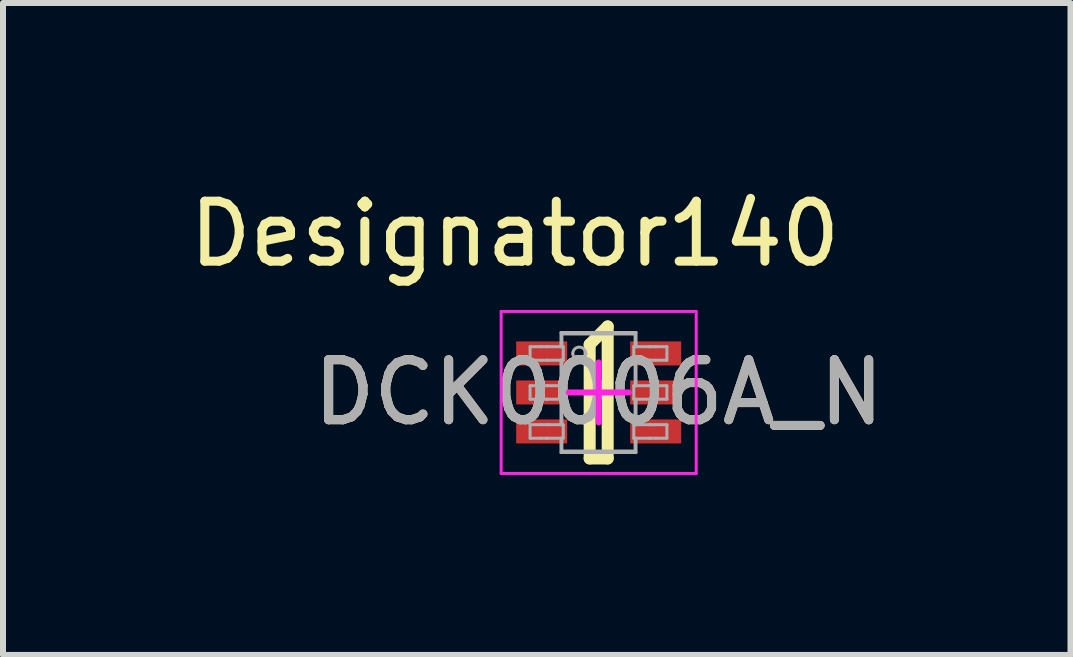
<source format=kicad_pcb>
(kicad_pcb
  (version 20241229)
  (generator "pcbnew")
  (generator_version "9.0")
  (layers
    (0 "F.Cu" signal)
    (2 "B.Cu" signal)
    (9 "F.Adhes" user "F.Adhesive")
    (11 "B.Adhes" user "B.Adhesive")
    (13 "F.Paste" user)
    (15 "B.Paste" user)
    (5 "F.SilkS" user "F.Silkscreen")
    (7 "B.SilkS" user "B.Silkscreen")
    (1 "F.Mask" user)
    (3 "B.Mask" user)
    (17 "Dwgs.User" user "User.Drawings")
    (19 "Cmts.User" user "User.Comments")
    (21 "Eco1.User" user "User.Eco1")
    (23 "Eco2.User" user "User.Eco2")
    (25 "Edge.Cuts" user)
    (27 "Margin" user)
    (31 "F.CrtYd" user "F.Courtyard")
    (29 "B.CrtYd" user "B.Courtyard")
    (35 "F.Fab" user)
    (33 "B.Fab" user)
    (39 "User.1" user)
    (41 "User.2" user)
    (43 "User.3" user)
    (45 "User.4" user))
  (footprint "DCK0006A_N"
    (layer "F.Cu")
    (at 6.927 3.49)
    (property "Reference" "DCK0006A_N" (at 0 0 0) (unlocked yes) (layer "F.SilkS") (effects (font (size 1 1) (thickness 0.15))))
    (attr smd)
    (fp_line (start -0.15 -0.8) (end 0.15 -1.1) (stroke (width 0.2) (type solid)) (layer "F.SilkS"))
    (fp_line (start -0.15 1.1) (end -0.15 -0.8) (stroke (width 0.2) (type solid)) (layer "F.SilkS"))
    (fp_line (start -0.15 1.1) (end 0.15 1.1) (stroke (width 0.2) (type solid)) (layer "F.SilkS"))
    (fp_line (start 0.15 1.1) (end 0.15 -1.1) (stroke (width 0.2) (type solid)) (layer "F.SilkS"))
    (fp_line (start -1.625 -1.35) (end 1.625 -1.35) (stroke (width 0.05) (type solid)) (layer "F.CrtYd"))
    (fp_line (start -1.625 1.35) (end -1.625 -1.35) (stroke (width 0.05) (type solid)) (layer "F.CrtYd"))
    (fp_line (start -1.625 1.35) (end 1.625 1.35) (stroke (width 0.05) (type solid)) (layer "F.CrtYd"))
    (fp_line (start -0.5 0) (end 0.5 0) (stroke (width 0.1) (type solid)) (layer "F.CrtYd"))
    (fp_line (start 0.000003 0.5) (end 0.000003 -0.5) (stroke (width 0.1) (type solid)) (layer "F.CrtYd"))
    (fp_line (start 1.625 1.35) (end 1.625 -1.35) (stroke (width 0.05) (type solid)) (layer "F.CrtYd"))
    (fp_line (start -1.143 -0.762) (end -0.959 -0.762) (stroke (width 0.05) (type solid)) (layer "F.Fab"))
    (fp_line (start -1.143 -0.537) (end -1.143 -0.762) (stroke (width 0.05) (type solid)) (layer "F.Fab"))
    (fp_line (start -1.143 -0.537) (end -0.959 -0.537) (stroke (width 0.05) (type solid)) (layer "F.Fab"))
    (fp_line (start -1.143 -0.112) (end -0.959 -0.112) (stroke (width 0.05) (type solid)) (layer "F.Fab"))
    (fp_line (start -1.143 0.113) (end -1.143 -0.112) (stroke (width 0.05) (type solid)) (layer "F.Fab"))
    (fp_line (start -1.143 0.113) (end -0.959 0.113) (stroke (width 0.05) (type solid)) (layer "F.Fab"))
    (fp_line (start -1.143 0.538) (end -0.959 0.538) (stroke (width 0.05) (type solid)) (layer "F.Fab"))
    (fp_line (start -1.143 0.763) (end -1.143 0.538) (stroke (width 0.05) (type solid)) (layer "F.Fab"))
    (fp_line (start -1.143 0.763) (end -0.959 0.763) (stroke (width 0.05) (type solid)) (layer "F.Fab"))
    (fp_line (start -0.959 -0.762) (end -0.865 -0.762) (stroke (width 0.05) (type solid)) (layer "F.Fab"))
    (fp_line (start -0.959 -0.537) (end -0.865 -0.537) (stroke (width 0.05) (type solid)) (layer "F.Fab"))
    (fp_line (start -0.959 -0.112) (end -0.865 -0.112) (stroke (width 0.05) (type solid)) (layer "F.Fab"))
    (fp_line (start -0.959 0.113) (end -0.865 0.113) (stroke (width 0.05) (type solid)) (layer "F.Fab"))
    (fp_line (start -0.959 0.538) (end -0.865 0.538) (stroke (width 0.05) (type solid)) (layer "F.Fab"))
    (fp_line (start -0.959 0.763) (end -0.865 0.763) (stroke (width 0.05) (type solid)) (layer "F.Fab"))
    (fp_line (start -0.865 -0.762) (end -0.853 -0.762) (stroke (width 0.05) (type solid)) (layer "F.Fab"))
    (fp_line (start -0.865 -0.537) (end -0.853 -0.537) (stroke (width 0.05) (type solid)) (layer "F.Fab"))
    (fp_line (start -0.865 -0.112) (end -0.853 -0.112) (stroke (width 0.05) (type solid)) (layer "F.Fab"))
    (fp_line (start -0.865 0.113) (end -0.853 0.113) (stroke (width 0.05) (type solid)) (layer "F.Fab"))
    (fp_line (start -0.865 0.538) (end -0.853 0.538) (stroke (width 0.05) (type solid)) (layer "F.Fab"))
    (fp_line (start -0.865 0.763) (end -0.853 0.763) (stroke (width 0.05) (type solid)) (layer "F.Fab"))
    (fp_line (start -0.853 -0.762) (end -0.628 -0.762) (stroke (width 0.05) (type solid)) (layer "F.Fab"))
    (fp_line (start -0.853 -0.537) (end -0.628 -0.537) (stroke (width 0.05) (type solid)) (layer "F.Fab"))
    (fp_line (start -0.853 -0.112) (end -0.628 -0.112) (stroke (width 0.05) (type solid)) (layer "F.Fab"))
    (fp_line (start -0.853 0.113) (end -0.628 0.113) (stroke (width 0.05) (type solid)) (layer "F.Fab"))
    (fp_line (start -0.853 0.538) (end -0.628 0.538) (stroke (width 0.05) (type solid)) (layer "F.Fab"))
    (fp_line (start -0.853 0.763) (end -0.628 0.763) (stroke (width 0.05) (type solid)) (layer "F.Fab"))
    (fp_line (start -0.628 -0.999) (end 0.622 -0.999) (stroke (width 0.05) (type solid)) (layer "F.Fab"))
    (fp_line (start -0.628 -0.762) (end -0.628 -0.999) (stroke (width 0.05) (type solid)) (layer "F.Fab"))
    (fp_line (start -0.628 -0.762) (end -0.591 -0.762) (stroke (width 0.05) (type solid)) (layer "F.Fab"))
    (fp_line (start -0.628 -0.537) (end -0.591 -0.537) (stroke (width 0.05) (type solid)) (layer "F.Fab"))
    (fp_line (start -0.628 -0.112) (end -0.628 -0.537) (stroke (width 0.05) (type solid)) (layer "F.Fab"))
    (fp_line (start -0.628 -0.112) (end -0.591 -0.112) (stroke (width 0.05) (type solid)) (layer "F.Fab"))
    (fp_line (start -0.628 0.113) (end -0.591 0.113) (stroke (width 0.05) (type solid)) (layer "F.Fab"))
    (fp_line (start -0.628 0.538) (end -0.628 0.113) (stroke (width 0.05) (type solid)) (layer "F.Fab"))
    (fp_line (start -0.628 0.538) (end -0.591 0.538) (stroke (width 0.05) (type solid)) (layer "F.Fab"))
    (fp_line (start -0.628 0.763) (end -0.591 0.763) (stroke (width 0.05) (type solid)) (layer "F.Fab"))
    (fp_line (start -0.628 1.001) (end -0.628 0.763) (stroke (width 0.05) (type solid)) (layer "F.Fab"))
    (fp_line (start -0.628 1.001) (end 0.622 1.001) (stroke (width 0.05) (type solid)) (layer "F.Fab"))
    (fp_line (start -0.613 -0.974) (end 0.607 -0.974) (stroke (width 0.05) (type solid)) (layer "F.Fab"))
    (fp_line (start -0.613 -0.762) (end -0.613 -0.974) (stroke (width 0.05) (type solid)) (layer "F.Fab"))
    (fp_line (start -0.613 -0.112) (end -0.613 -0.537) (stroke (width 0.05) (type solid)) (layer "F.Fab"))
    (fp_line (start -0.613 0.538) (end -0.613 0.113) (stroke (width 0.05) (type solid)) (layer "F.Fab"))
    (fp_line (start -0.613 0.976) (end -0.613 0.763) (stroke (width 0.05) (type solid)) (layer "F.Fab"))
    (fp_line (start -0.613 0.976) (end 0.607 0.976) (stroke (width 0.05) (type solid)) (layer "F.Fab"))
    (fp_line (start -0.591 -0.537) (end -0.591 -0.762) (stroke (width 0.05) (type solid)) (layer "F.Fab"))
    (fp_line (start -0.591 0.113) (end -0.591 -0.112) (stroke (width 0.05) (type solid)) (layer "F.Fab"))
    (fp_line (start -0.591 0.763) (end -0.591 0.538) (stroke (width 0.05) (type solid)) (layer "F.Fab"))
    (fp_line (start 0.585 -0.762) (end 0.622 -0.762) (stroke (width 0.05) (type solid)) (layer "F.Fab"))
    (fp_line (start 0.585 -0.537) (end 0.585 -0.762) (stroke (width 0.05) (type solid)) (layer "F.Fab"))
    (fp_line (start 0.585 -0.537) (end 0.622 -0.537) (stroke (width 0.05) (type solid)) (layer "F.Fab"))
    (fp_line (start 0.585 -0.112) (end 0.622 -0.112) (stroke (width 0.05) (type solid)) (layer "F.Fab"))
    (fp_line (start 0.585 0.113) (end 0.585 -0.112) (stroke (width 0.05) (type solid)) (layer "F.Fab"))
    (fp_line (start 0.585 0.113) (end 0.622 0.113) (stroke (width 0.05) (type solid)) (layer "F.Fab"))
    (fp_line (start 0.585 0.538) (end 0.622 0.538) (stroke (width 0.05) (type solid)) (layer "F.Fab"))
    (fp_line (start 0.585 0.763) (end 0.585 0.538) (stroke (width 0.05) (type solid)) (layer "F.Fab"))
    (fp_line (start 0.585 0.763) (end 0.622 0.763) (stroke (width 0.05) (type solid)) (layer "F.Fab"))
    (fp_line (start 0.607 -0.762) (end 0.607 -0.974) (stroke (width 0.05) (type solid)) (layer "F.Fab"))
    (fp_line (start 0.607 -0.112) (end 0.607 -0.537) (stroke (width 0.05) (type solid)) (layer "F.Fab"))
    (fp_line (start 0.607 0.538) (end 0.607 0.113) (stroke (width 0.05) (type solid)) (layer "F.Fab"))
    (fp_line (start 0.607 0.976) (end 0.607 0.763) (stroke (width 0.05) (type solid)) (layer "F.Fab"))
    (fp_line (start 0.622 -0.762) (end 0.622 -0.999) (stroke (width 0.05) (type solid)) (layer "F.Fab"))
    (fp_line (start 0.622 -0.762) (end 0.847 -0.762) (stroke (width 0.05) (type solid)) (layer "F.Fab"))
    (fp_line (start 0.622 -0.537) (end 0.847 -0.537) (stroke (width 0.05) (type solid)) (layer "F.Fab"))
    (fp_line (start 0.622 -0.112) (end 0.622 -0.537) (stroke (width 0.05) (type solid)) (layer "F.Fab"))
    (fp_line (start 0.622 -0.112) (end 0.847 -0.112) (stroke (width 0.05) (type solid)) (layer "F.Fab"))
    (fp_line (start 0.622 0.113) (end 0.847 0.113) (stroke (width 0.05) (type solid)) (layer "F.Fab"))
    (fp_line (start 0.622 0.538) (end 0.622 0.113) (stroke (width 0.05) (type solid)) (layer "F.Fab"))
    (fp_line (start 0.622 0.538) (end 0.847 0.538) (stroke (width 0.05) (type solid)) (layer "F.Fab"))
    (fp_line (start 0.622 0.763) (end 0.847 0.763) (stroke (width 0.05) (type solid)) (layer "F.Fab"))
    (fp_line (start 0.622 1.001) (end 0.622 0.763) (stroke (width 0.05) (type solid)) (layer "F.Fab"))
    (fp_line (start 0.847 -0.762) (end 0.859 -0.762) (stroke (width 0.05) (type solid)) (layer "F.Fab"))
    (fp_line (start 0.847 -0.537) (end 0.859 -0.537) (stroke (width 0.05) (type solid)) (layer "F.Fab"))
    (fp_line (start 0.847 -0.112) (end 0.859 -0.112) (stroke (width 0.05) (type solid)) (layer "F.Fab"))
    (fp_line (start 0.847 0.113) (end 0.859 0.113) (stroke (width 0.05) (type solid)) (layer "F.Fab"))
    (fp_line (start 0.847 0.538) (end 0.859 0.538) (stroke (width 0.05) (type solid)) (layer "F.Fab"))
    (fp_line (start 0.847 0.763) (end 0.859 0.763) (stroke (width 0.05) (type solid)) (layer "F.Fab"))
    (fp_line (start 0.859 -0.762) (end 0.953 -0.762) (stroke (width 0.05) (type solid)) (layer "F.Fab"))
    (fp_line (start 0.859 -0.537) (end 0.953 -0.537) (stroke (width 0.05) (type solid)) (layer "F.Fab"))
    (fp_line (start 0.859 -0.112) (end 0.953 -0.112) (stroke (width 0.05) (type solid)) (layer "F.Fab"))
    (fp_line (start 0.859 0.113) (end 0.953 0.113) (stroke (width 0.05) (type solid)) (layer "F.Fab"))
    (fp_line (start 0.859 0.538) (end 0.953 0.538) (stroke (width 0.05) (type solid)) (layer "F.Fab"))
    (fp_line (start 0.859 0.763) (end 0.953 0.763) (stroke (width 0.05) (type solid)) (layer "F.Fab"))
    (fp_line (start 0.953 -0.762) (end 1.137 -0.762) (stroke (width 0.05) (type solid)) (layer "F.Fab"))
    (fp_line (start 0.953 -0.537) (end 1.137 -0.537) (stroke (width 0.05) (type solid)) (layer "F.Fab"))
    (fp_line (start 0.953 -0.112) (end 1.137 -0.112) (stroke (width 0.05) (type solid)) (layer "F.Fab"))
    (fp_line (start 0.953 0.113) (end 1.137 0.113) (stroke (width 0.05) (type solid)) (layer "F.Fab"))
    (fp_line (start 0.953 0.538) (end 1.137 0.538) (stroke (width 0.05) (type solid)) (layer "F.Fab"))
    (fp_line (start 0.953 0.763) (end 1.137 0.763) (stroke (width 0.05) (type solid)) (layer "F.Fab"))
    (fp_line (start 1.137 -0.537) (end 1.137 -0.762) (stroke (width 0.05) (type solid)) (layer "F.Fab"))
    (fp_line (start 1.137 0.113) (end 1.137 -0.112) (stroke (width 0.05) (type solid)) (layer "F.Fab"))
    (fp_line (start 1.137 0.763) (end 1.137 0.538) (stroke (width 0.05) (type solid)) (layer "F.Fab"))
    (fp_arc (start -0.431546 -0.650138) (mid -0.323177 -0.758507) (end -0.214808 -0.650138) (stroke (width 0.05) (type solid)) (layer "F.Fab"))
    (fp_arc (start -0.214808 -0.650138) (mid -0.323177 -0.541769) (end -0.431546 -0.650138) (stroke (width 0.05) (type solid)) (layer "F.Fab"))
    (fp_text user "Designator140" (at -1.397 -2.642 0) (unlocked yes) (layer "F.SilkS") (effects (font (size 1 1) (thickness 0.15))))
    (fp_text user "${REFERENCE}" (at 0 0 0) (unlocked yes) (layer "F.Fab") (effects (font (size 1 1) (thickness 0.15))))
    (pad "1" smd rect (at -0.95 -0.65 90) (size 0.4 0.85) (layers "F.Cu" "F.Mask" "F.Paste"))
    (pad "2" smd rect (at -0.95 0 90) (size 0.4 0.85) (layers "F.Cu" "F.Mask" "F.Paste"))
    (pad "3" smd rect (at -0.95 0.65 90) (size 0.4 0.85) (layers "F.Cu" "F.Mask" "F.Paste"))
    (pad "4" smd rect (at 0.95 0.65 90) (size 0.4 0.85) (layers "F.Cu" "F.Mask" "F.Paste"))
    (pad "5" smd rect (at 0.95 0 90) (size 0.4 0.85) (layers "F.Cu" "F.Mask" "F.Paste"))
    (pad "6" smd rect (at 0.95 -0.65 90) (size 0.4 0.85) (layers "F.Cu" "F.Mask" "F.Paste")))
  (gr_rect
    (start -3 -3)
    (end 14.79 7.865)
    (stroke (width 0.1) (type default))
    (fill no)
    (layer "Edge.Cuts")))
</source>
